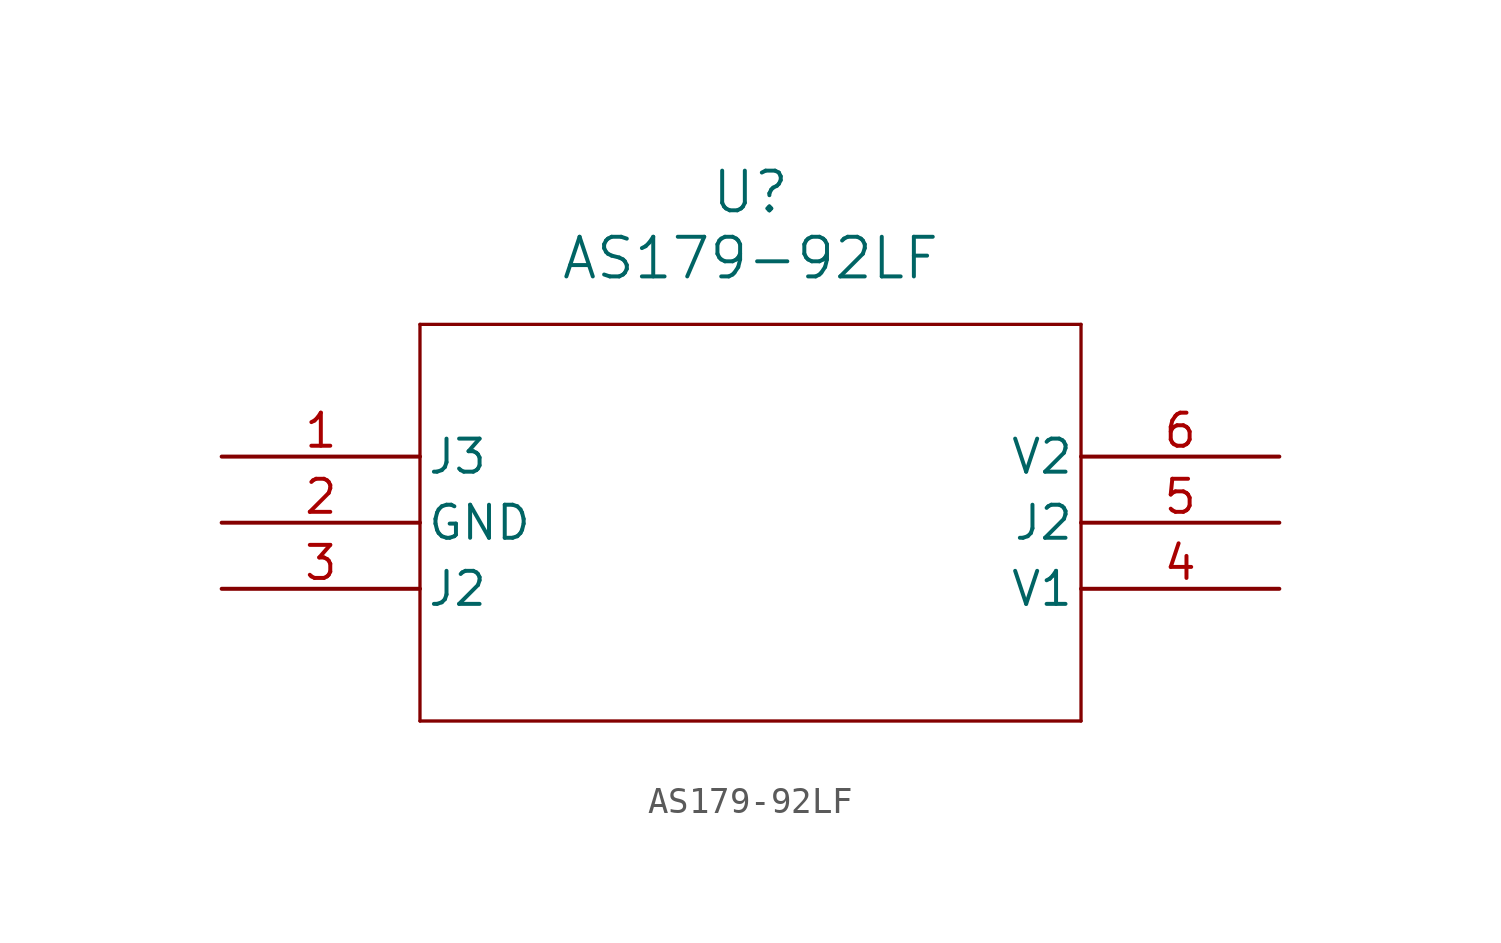
<source format=kicad_sym>
(kicad_symbol_lib
  (version 20211014)
  (generator kicad_symbol_editor)
  (symbol "AS179-92LF"
    (pin_names
      (offset 0.254))
    (property "Reference" "U"
      (at 20.32 10.16 0)
      (effects (font (size 1.524 1.524))))
    (property "Value" "AS179-92LF"
      (at 20.32 7.62 0)
      (effects (font (size 1.524 1.524))))
    (symbol "AS179-92LF_0_1"
      (polyline (pts (xy 7.62 5.08) (xy 7.62 -10.16)) (stroke (width 0.127) (type default) (color 0 0 0 0)) (fill (type none)))
      (polyline (pts (xy 7.62 -10.16) (xy 33.02 -10.16)) (stroke (width 0.127) (type default) (color 0 0 0 0)) (fill (type none)))
      (polyline (pts (xy 33.02 -10.16) (xy 33.02 5.08)) (stroke (width 0.127) (type default) (color 0 0 0 0)) (fill (type none)))
      (polyline (pts (xy 33.02 5.08) (xy 7.62 5.08)) (stroke (width 0.127) (type default) (color 0 0 0 0)) (fill (type none)))
      (pin unspecified line (at 0 0 0) (length 7.62) (name "J3" (effects (font (size 1.27 1.27)))) (number "1" (effects (font (size 1.27 1.27)))))
      (pin power_in line (at 0 -2.54 0) (length 7.62) (name "GND" (effects (font (size 1.27 1.27)))) (number "2" (effects (font (size 1.27 1.27)))))
      (pin unspecified line (at 0 -5.08 0) (length 7.62) (name "J2" (effects (font (size 1.27 1.27)))) (number "3" (effects (font (size 1.27 1.27)))))
      (pin unspecified line (at 40.64 -5.08 180) (length 7.62) (name "V1" (effects (font (size 1.27 1.27)))) (number "4" (effects (font (size 1.27 1.27)))))
      (pin unspecified line (at 40.64 -2.54 180) (length 7.62) (name "J2" (effects (font (size 1.27 1.27)))) (number "5" (effects (font (size 1.27 1.27)))))
      (pin unspecified line (at 40.64 0 180) (length 7.62) (name "V2" (effects (font (size 1.27 1.27)))) (number "6" (effects (font (size 1.27 1.27))))))))
</source>
